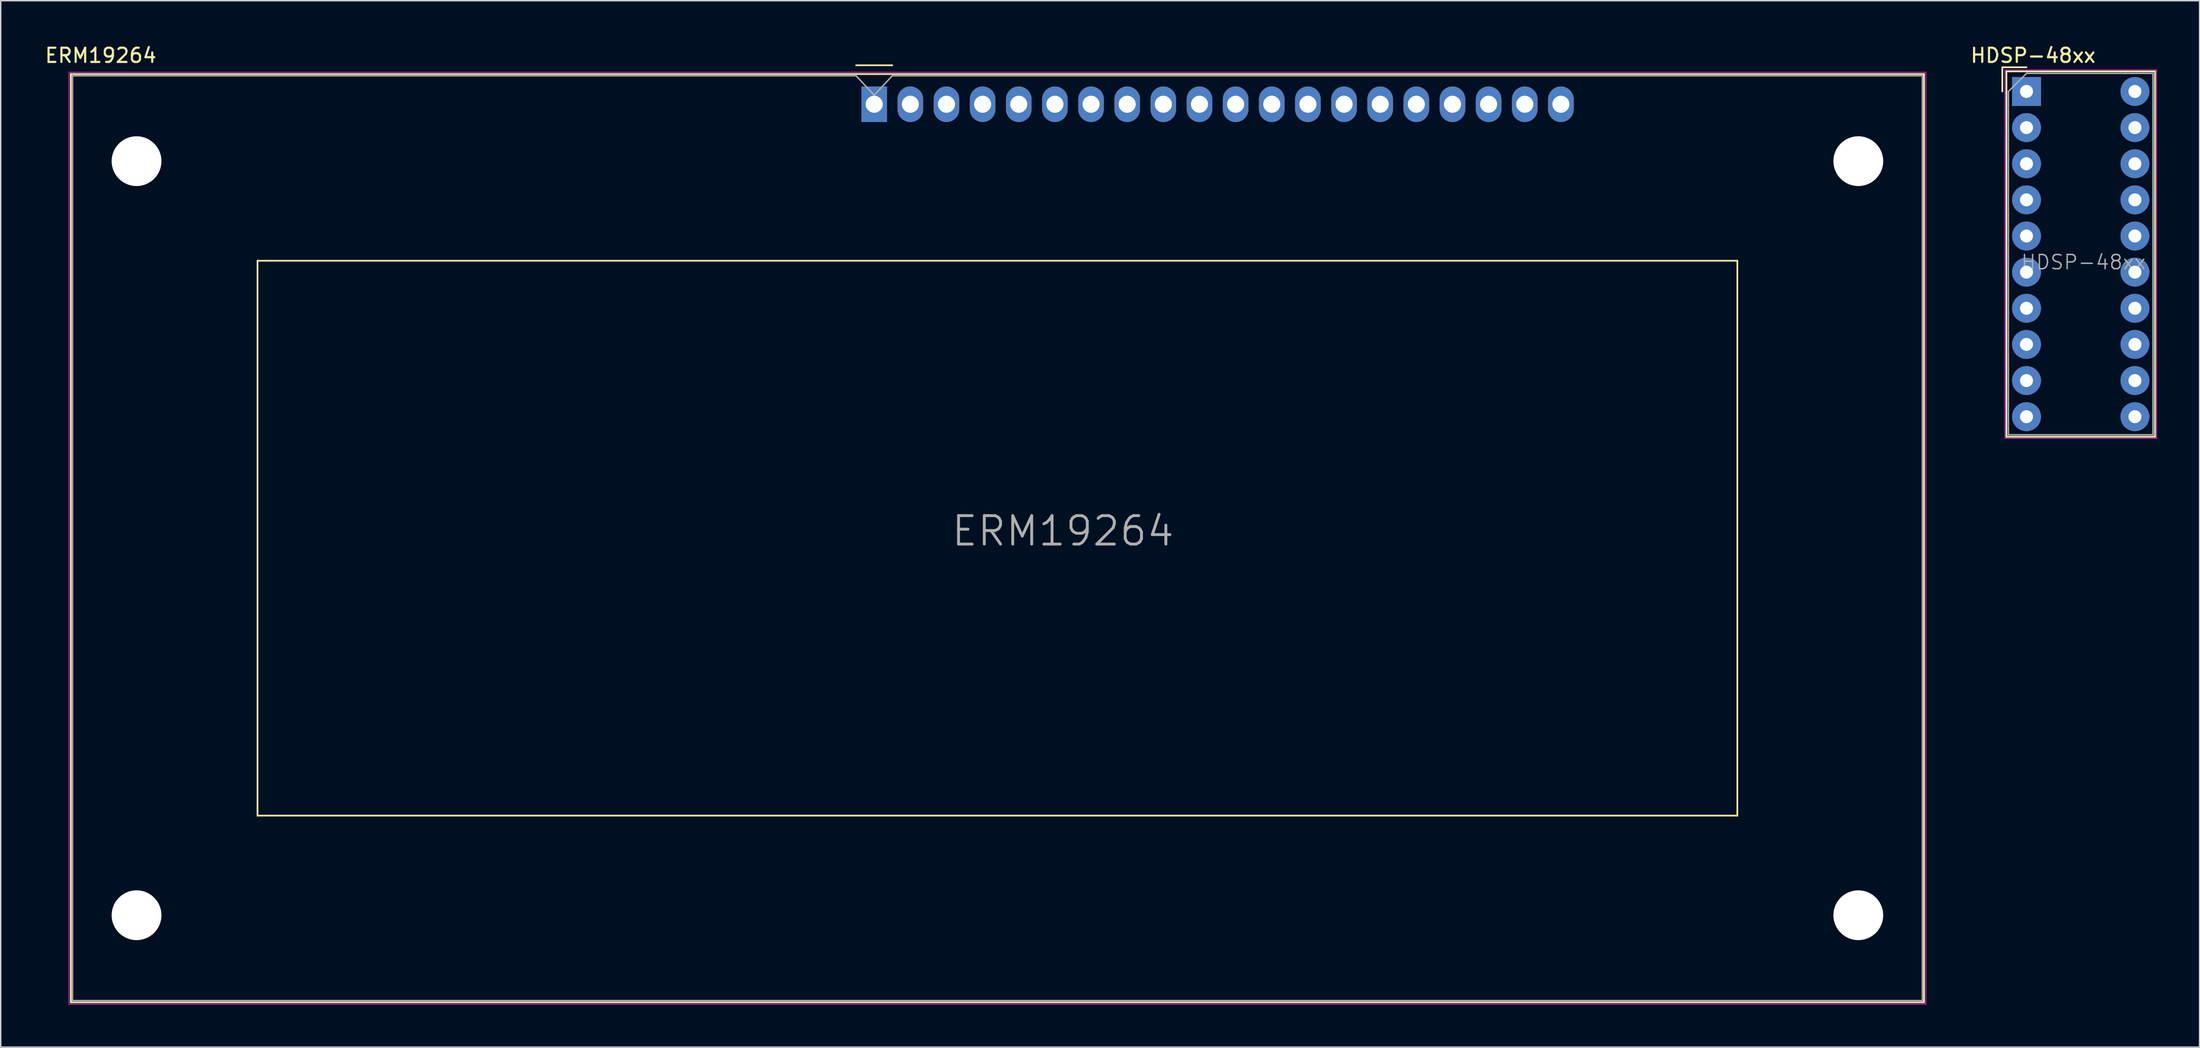
<source format=kicad_pcb>
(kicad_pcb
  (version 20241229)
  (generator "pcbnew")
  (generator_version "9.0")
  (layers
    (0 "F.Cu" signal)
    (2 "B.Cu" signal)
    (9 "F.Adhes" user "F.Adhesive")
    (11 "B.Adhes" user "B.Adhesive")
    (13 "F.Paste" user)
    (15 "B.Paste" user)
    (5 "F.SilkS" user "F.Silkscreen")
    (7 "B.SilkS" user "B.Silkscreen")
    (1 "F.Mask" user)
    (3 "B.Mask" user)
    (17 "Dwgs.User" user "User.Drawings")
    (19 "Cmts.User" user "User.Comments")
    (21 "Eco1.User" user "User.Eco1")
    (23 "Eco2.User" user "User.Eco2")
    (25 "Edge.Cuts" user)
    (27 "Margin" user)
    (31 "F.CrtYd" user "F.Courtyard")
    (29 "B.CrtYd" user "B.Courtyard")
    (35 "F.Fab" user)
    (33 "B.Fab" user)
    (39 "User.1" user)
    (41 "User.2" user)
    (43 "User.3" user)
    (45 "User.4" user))
  (footprint "HDSP-48xx"
    (layer "F.Cu")
    (at 139.367 3.378)
    (property "Reference" "HDSP-48xx" (at 0.46 -2.53 0) (layer "F.SilkS") (effects (font (size 1 1) (thickness 0.15))))
    (attr through_hole)
    (fp_line (start -1.7 -1.7) (end -1.7 0) (stroke (width 0.12) (type solid)) (layer "F.SilkS"))
    (fp_line (start -1.41 -1.41) (end 9.03 -1.41) (stroke (width 0.12) (type solid)) (layer "F.SilkS"))
    (fp_line (start -1.41 24.27) (end -1.41 -1.41) (stroke (width 0.12) (type solid)) (layer "F.SilkS"))
    (fp_line (start 0 -1.7) (end -1.7 -1.7) (stroke (width 0.12) (type solid)) (layer "F.SilkS"))
    (fp_line (start 9.03 -1.41) (end 9.03 24.27) (stroke (width 0.12) (type solid)) (layer "F.SilkS"))
    (fp_line (start 9.03 24.27) (end -1.41 24.27) (stroke (width 0.12) (type solid)) (layer "F.SilkS"))
    (fp_line (start -1.52 -1.52) (end -1.52 24.38) (stroke (width 0.05) (type solid)) (layer "F.CrtYd"))
    (fp_line (start -1.52 -1.52) (end 9.14 -1.52) (stroke (width 0.05) (type solid)) (layer "F.CrtYd"))
    (fp_line (start -1.52 24.38) (end 9.14 24.38) (stroke (width 0.05) (type solid)) (layer "F.CrtYd"))
    (fp_line (start 9.14 24.38) (end 9.14 -1.52) (stroke (width 0.05) (type solid)) (layer "F.CrtYd"))
    (fp_line (start -1.27 0) (end -1.27 24.13) (stroke (width 0.1) (type solid)) (layer "F.Fab"))
    (fp_line (start -1.27 24.13) (end 8.89 24.13) (stroke (width 0.1) (type solid)) (layer "F.Fab"))
    (fp_line (start 0 -1.27) (end -1.27 0) (stroke (width 0.1) (type solid)) (layer "F.Fab"))
    (fp_line (start 0 -1.27) (end 8.89 -1.27) (stroke (width 0.1) (type solid)) (layer "F.Fab"))
    (fp_line (start 8.89 -1.27) (end 8.89 24.13) (stroke (width 0.1) (type solid)) (layer "F.Fab"))
    (fp_text user "${REFERENCE}" (at 4 12 0) (layer "F.Fab") (effects (font (size 1 1) (thickness 0.1))))
    (pad "1" thru_hole rect (at 0 0 270) (size 2.032 2.032) (drill 0.914) (layers "*.Cu" "*.Mask"))
    (pad "2" thru_hole circle (at 0 2.54 270) (size 2.032 2.032) (drill 0.914) (layers "*.Cu" "*.Mask"))
    (pad "3" thru_hole circle (at 0 5.08 270) (size 2.032 2.032) (drill 0.914) (layers "*.Cu" "*.Mask"))
    (pad "4" thru_hole circle (at 0 7.62 270) (size 2.032 2.032) (drill 0.914) (layers "*.Cu" "*.Mask"))
    (pad "5" thru_hole circle (at 0 10.16 270) (size 2.032 2.032) (drill 0.914) (layers "*.Cu" "*.Mask"))
    (pad "6" thru_hole circle (at 0 12.7 270) (size 2.032 2.032) (drill 0.914) (layers "*.Cu" "*.Mask"))
    (pad "7" thru_hole circle (at 0 15.24 270) (size 2.032 2.032) (drill 0.914) (layers "*.Cu" "*.Mask"))
    (pad "8" thru_hole circle (at 0 17.78 270) (size 2.032 2.032) (drill 0.914) (layers "*.Cu" "*.Mask"))
    (pad "9" thru_hole circle (at 0 20.32 270) (size 2.032 2.032) (drill 0.914) (layers "*.Cu" "*.Mask"))
    (pad "10" thru_hole circle (at 0 22.86 270) (size 2.032 2.032) (drill 0.914) (layers "*.Cu" "*.Mask"))
    (pad "11" thru_hole circle (at 7.62 22.86 270) (size 2.032 2.032) (drill 0.914) (layers "*.Cu" "*.Mask"))
    (pad "12" thru_hole circle (at 7.62 20.32 270) (size 2.032 2.032) (drill 0.914) (layers "*.Cu" "*.Mask"))
    (pad "13" thru_hole circle (at 7.62 17.78 270) (size 2.032 2.032) (drill 0.914) (layers "*.Cu" "*.Mask"))
    (pad "14" thru_hole circle (at 7.62 15.24 270) (size 2.032 2.032) (drill 0.914) (layers "*.Cu" "*.Mask"))
    (pad "15" thru_hole circle (at 7.62 12.7 270) (size 2.032 2.032) (drill 0.914) (layers "*.Cu" "*.Mask"))
    (pad "16" thru_hole circle (at 7.62 10.16 270) (size 2.032 2.032) (drill 0.914) (layers "*.Cu" "*.Mask"))
    (pad "17" thru_hole circle (at 7.62 7.62 270) (size 2.032 2.032) (drill 0.914) (layers "*.Cu" "*.Mask"))
    (pad "18" thru_hole circle (at 7.62 5.08 270) (size 2.032 2.032) (drill 0.914) (layers "*.Cu" "*.Mask"))
    (pad "19" thru_hole circle (at 7.62 2.54 270) (size 2.032 2.032) (drill 0.914) (layers "*.Cu" "*.Mask"))
    (pad "20" thru_hole circle (at 7.62 0 270) (size 2.032 2.032) (drill 0.914) (layers "*.Cu" "*.Mask")))
  (footprint "ERM19264"
    (layer "F.Cu")
    (at 58.386 4.277)
    (property "Reference" "ERM19264" (at -54.356 -3.429 0) (layer "F.SilkS") (effects (font (size 1 1) (thickness 0.15))))
    (attr through_hole)
    (fp_line (start -56.46 -2.12) (end 73.78 -2.12) (stroke (width 0.12) (type solid)) (layer "F.SilkS"))
    (fp_line (start -56.46 63.12) (end -56.46 -2.12) (stroke (width 0.12) (type solid)) (layer "F.SilkS"))
    (fp_line (start -43.34 11) (end 60.66 11) (stroke (width 0.12) (type solid)) (layer "F.SilkS"))
    (fp_line (start -43.34 50) (end -43.34 11) (stroke (width 0.12) (type solid)) (layer "F.SilkS"))
    (fp_line (start 1.27 -2.74) (end -1.27 -2.74) (stroke (width 0.12) (type solid)) (layer "F.SilkS"))
    (fp_line (start 60.66 11) (end 60.66 50) (stroke (width 0.12) (type solid)) (layer "F.SilkS"))
    (fp_line (start 60.66 50) (end -43.34 50) (stroke (width 0.12) (type solid)) (layer "F.SilkS"))
    (fp_line (start 73.78 -2.12) (end 73.78 63.12) (stroke (width 0.12) (type solid)) (layer "F.SilkS"))
    (fp_line (start 73.78 63.12) (end -56.46 63.12) (stroke (width 0.12) (type solid)) (layer "F.SilkS"))
    (fp_line (start -56.59 -2.25) (end 73.91 -2.25) (stroke (width 0.05) (type solid)) (layer "F.CrtYd"))
    (fp_line (start -56.59 63.25) (end -56.59 -2.25) (stroke (width 0.05) (type solid)) (layer "F.CrtYd"))
    (fp_line (start 73.91 -2.25) (end 73.91 63.25) (stroke (width 0.05) (type solid)) (layer "F.CrtYd"))
    (fp_line (start 73.91 63.25) (end -56.59 63.25) (stroke (width 0.05) (type solid)) (layer "F.CrtYd"))
    (fp_line (start -56.34 -2) (end -1.27 -2) (stroke (width 0.1) (type solid)) (layer "F.Fab"))
    (fp_line (start -56.34 63) (end -56.34 -2) (stroke (width 0.1) (type solid)) (layer "F.Fab"))
    (fp_line (start 0 -0.635) (end -1.27 -2) (stroke (width 0.1) (type solid)) (layer "F.Fab"))
    (fp_line (start 1.27 -2) (end 0 -0.635) (stroke (width 0.1) (type solid)) (layer "F.Fab"))
    (fp_line (start 1.27 -2) (end 73.66 -2) (stroke (width 0.1) (type solid)) (layer "F.Fab"))
    (fp_line (start 73.66 -2) (end 73.66 63) (stroke (width 0.1) (type solid)) (layer "F.Fab"))
    (fp_line (start 73.66 63) (end -56.34 63) (stroke (width 0.1) (type solid)) (layer "F.Fab"))
    (fp_text user "${REFERENCE}" (at 13.26 30 0) (layer "F.Fab") (effects (font (size 2 2) (thickness 0.2))))
    (pad "" np_thru_hole circle (at -51.84 4 180) (size 3.5 3.5) (drill 3.5) (layers "*.Cu" "*.Mask"))
    (pad "" np_thru_hole circle (at -51.84 57 180) (size 3.5 3.5) (drill 3.5) (layers "*.Cu" "*.Mask"))
    (pad "" np_thru_hole circle (at 69.16 4 180) (size 3.5 3.5) (drill 3.5) (layers "*.Cu" "*.Mask"))
    (pad "" np_thru_hole circle (at 69.16 57 180) (size 3.5 3.5) (drill 3.5) (layers "*.Cu" "*.Mask"))
    (pad "1" thru_hole rect (at 0 0 180) (size 1.8 2.5) (drill 1.2) (layers "*.Cu" "*.Mask"))
    (pad "2" thru_hole oval (at 2.54 0 180) (size 1.8 2.5) (drill 1.2) (layers "*.Cu" "*.Mask"))
    (pad "3" thru_hole oval (at 5.08 0 180) (size 1.8 2.5) (drill 1.2) (layers "*.Cu" "*.Mask"))
    (pad "4" thru_hole oval (at 7.62 0 180) (size 1.8 2.5) (drill 1.2) (layers "*.Cu" "*.Mask"))
    (pad "5" thru_hole oval (at 10.16 0 180) (size 1.8 2.5) (drill 1.2) (layers "*.Cu" "*.Mask"))
    (pad "6" thru_hole oval (at 12.7 0 180) (size 1.8 2.5) (drill 1.2) (layers "*.Cu" "*.Mask"))
    (pad "7" thru_hole oval (at 15.24 0 180) (size 1.8 2.5) (drill 1.2) (layers "*.Cu" "*.Mask"))
    (pad "8" thru_hole oval (at 17.78 0 180) (size 1.8 2.5) (drill 1.2) (layers "*.Cu" "*.Mask"))
    (pad "9" thru_hole oval (at 20.32 0 180) (size 1.8 2.5) (drill 1.2) (layers "*.Cu" "*.Mask"))
    (pad "10" thru_hole oval (at 22.86 0 180) (size 1.8 2.5) (drill 1.2) (layers "*.Cu" "*.Mask"))
    (pad "11" thru_hole oval (at 25.4 0 180) (size 1.8 2.5) (drill 1.2) (layers "*.Cu" "*.Mask"))
    (pad "12" thru_hole oval (at 27.94 0 180) (size 1.8 2.5) (drill 1.2) (layers "*.Cu" "*.Mask"))
    (pad "13" thru_hole oval (at 30.48 0 180) (size 1.8 2.5) (drill 1.2) (layers "*.Cu" "*.Mask"))
    (pad "14" thru_hole oval (at 33.02 0 180) (size 1.8 2.5) (drill 1.2) (layers "*.Cu" "*.Mask"))
    (pad "15" thru_hole oval (at 35.56 0 180) (size 1.8 2.5) (drill 1.2) (layers "*.Cu" "*.Mask"))
    (pad "16" thru_hole oval (at 38.1 0 180) (size 1.8 2.5) (drill 1.2) (layers "*.Cu" "*.Mask"))
    (pad "17" thru_hole oval (at 40.64 0 180) (size 1.8 2.5) (drill 1.2) (layers "*.Cu" "*.Mask"))
    (pad "18" thru_hole oval (at 43.18 0 180) (size 1.8 2.5) (drill 1.2) (layers "*.Cu" "*.Mask"))
    (pad "19" thru_hole oval (at 45.72 0 180) (size 1.8 2.5) (drill 1.2) (layers "*.Cu" "*.Mask"))
    (pad "20" thru_hole oval (at 48.26 0 180) (size 1.8 2.5) (drill 1.2) (layers "*.Cu" "*.Mask")))
  (gr_rect
    (start -3 -3)
    (end 151.532 70.552)
    (stroke (width 0.1) (type default))
    (fill no)
    (layer "Edge.Cuts")))
</source>
